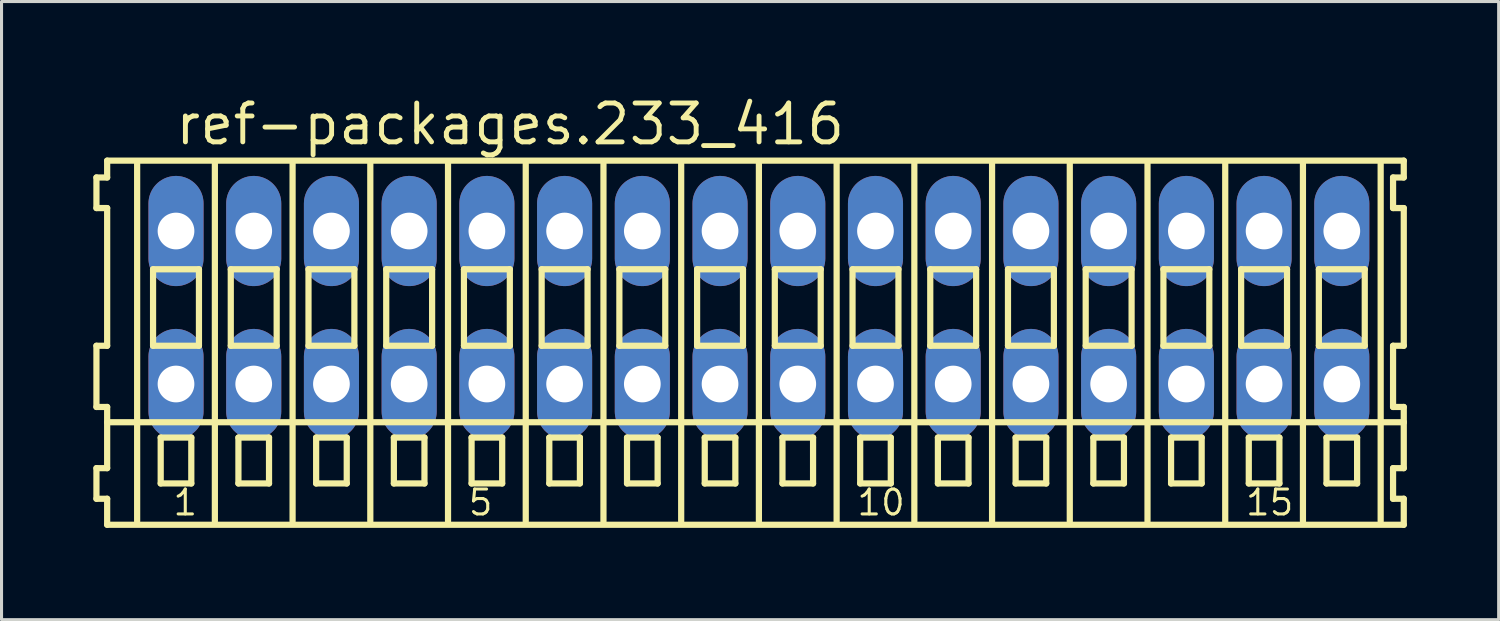
<source format=kicad_pcb>
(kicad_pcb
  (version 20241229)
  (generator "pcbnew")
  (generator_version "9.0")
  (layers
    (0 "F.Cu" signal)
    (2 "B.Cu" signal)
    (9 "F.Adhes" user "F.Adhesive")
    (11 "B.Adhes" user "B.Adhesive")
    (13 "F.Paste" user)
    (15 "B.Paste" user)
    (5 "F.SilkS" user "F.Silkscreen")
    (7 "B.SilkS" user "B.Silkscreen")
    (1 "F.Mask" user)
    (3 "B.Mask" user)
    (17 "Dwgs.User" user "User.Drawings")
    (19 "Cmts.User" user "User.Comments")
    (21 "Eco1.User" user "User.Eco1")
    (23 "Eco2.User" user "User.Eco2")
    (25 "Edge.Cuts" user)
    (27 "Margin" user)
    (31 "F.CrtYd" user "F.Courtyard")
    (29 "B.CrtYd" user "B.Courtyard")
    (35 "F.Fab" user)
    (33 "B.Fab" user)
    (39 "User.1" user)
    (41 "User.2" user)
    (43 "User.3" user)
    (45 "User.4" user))
  (footprint "ref-packages.233_416"
    (layer "F.Cu")
    (at 21.752 7)
    (property "Reference" "ref-packages.233_416" (at -19.15 -5.25 0) (layer "F.SilkS") (effects (font (size 1.27 1.27) (thickness 0.16)) (justify left bottom)))
    (attr through_hole)
    (fp_line (start -21.65 -4.25) (end -21.65 -3.25) (stroke (width 0.203) (type default)) (layer "F.SilkS"))
    (fp_line (start -21.65 -3.25) (end -21.3 -3.25) (stroke (width 0.203) (type default)) (layer "F.SilkS"))
    (fp_line (start -21.65 1.25) (end -21.65 3.25) (stroke (width 0.203) (type default)) (layer "F.SilkS"))
    (fp_line (start -21.65 3.25) (end -21.3 3.25) (stroke (width 0.203) (type default)) (layer "F.SilkS"))
    (fp_line (start -21.65 5.25) (end -21.65 6.25) (stroke (width 0.203) (type default)) (layer "F.SilkS"))
    (fp_line (start -21.65 6.25) (end -21.3 6.25) (stroke (width 0.203) (type default)) (layer "F.SilkS"))
    (fp_line (start -21.3 -4.8) (end -21.3 -4.25) (stroke (width 0.203) (type default)) (layer "F.SilkS"))
    (fp_line (start -21.3 -4.25) (end -21.65 -4.25) (stroke (width 0.203) (type default)) (layer "F.SilkS"))
    (fp_line (start -21.3 -3.25) (end -21.3 1.25) (stroke (width 0.203) (type default)) (layer "F.SilkS"))
    (fp_line (start -21.3 1.25) (end -21.65 1.25) (stroke (width 0.203) (type default)) (layer "F.SilkS"))
    (fp_line (start -21.3 3.25) (end -21.3 5.25) (stroke (width 0.203) (type default)) (layer "F.SilkS"))
    (fp_line (start -21.3 3.75) (end 21.075 3.75) (stroke (width 0.203) (type default)) (layer "F.SilkS"))
    (fp_line (start -21.3 5.25) (end -21.65 5.25) (stroke (width 0.203) (type default)) (layer "F.SilkS"))
    (fp_line (start -21.3 6.25) (end -21.3 7.1) (stroke (width 0.203) (type default)) (layer "F.SilkS"))
    (fp_line (start -21.3 7.1) (end 21.075 7.1) (stroke (width 0.203) (type default)) (layer "F.SilkS"))
    (fp_line (start -20.32 6.985) (end -20.32 -4.699) (stroke (width 0.203) (type default)) (layer "F.SilkS"))
    (fp_line (start -19.8 -1.25) (end -19.8 1.25) (stroke (width 0.203) (type default)) (layer "F.SilkS"))
    (fp_line (start -19.8 1.25) (end -18.3 1.25) (stroke (width 0.203) (type default)) (layer "F.SilkS"))
    (fp_line (start -19.55 4.25) (end -19.55 5.75) (stroke (width 0.203) (type default)) (layer "F.SilkS"))
    (fp_line (start -19.55 5.75) (end -18.55 5.75) (stroke (width 0.203) (type default)) (layer "F.SilkS"))
    (fp_line (start -18.55 4.25) (end -19.55 4.25) (stroke (width 0.203) (type default)) (layer "F.SilkS"))
    (fp_line (start -18.55 5.75) (end -18.55 4.25) (stroke (width 0.203) (type default)) (layer "F.SilkS"))
    (fp_line (start -18.3 -1.25) (end -19.8 -1.25) (stroke (width 0.203) (type default)) (layer "F.SilkS"))
    (fp_line (start -18.3 1.25) (end -18.3 -1.25) (stroke (width 0.203) (type default)) (layer "F.SilkS"))
    (fp_line (start -17.78 6.985) (end -17.78 -4.699) (stroke (width 0.203) (type default)) (layer "F.SilkS"))
    (fp_line (start -17.26 -1.25) (end -17.26 1.25) (stroke (width 0.203) (type default)) (layer "F.SilkS"))
    (fp_line (start -17.26 1.25) (end -15.76 1.25) (stroke (width 0.203) (type default)) (layer "F.SilkS"))
    (fp_line (start -17.01 4.25) (end -17.01 5.75) (stroke (width 0.203) (type default)) (layer "F.SilkS"))
    (fp_line (start -17.01 5.75) (end -16.01 5.75) (stroke (width 0.203) (type default)) (layer "F.SilkS"))
    (fp_line (start -16.01 4.25) (end -17.01 4.25) (stroke (width 0.203) (type default)) (layer "F.SilkS"))
    (fp_line (start -16.01 5.75) (end -16.01 4.25) (stroke (width 0.203) (type default)) (layer "F.SilkS"))
    (fp_line (start -15.76 -1.25) (end -17.26 -1.25) (stroke (width 0.203) (type default)) (layer "F.SilkS"))
    (fp_line (start -15.76 1.25) (end -15.76 -1.25) (stroke (width 0.203) (type default)) (layer "F.SilkS"))
    (fp_line (start -15.24 6.985) (end -15.24 -4.699) (stroke (width 0.203) (type default)) (layer "F.SilkS"))
    (fp_line (start -14.72 -1.25) (end -14.72 1.25) (stroke (width 0.203) (type default)) (layer "F.SilkS"))
    (fp_line (start -14.72 1.25) (end -13.22 1.25) (stroke (width 0.203) (type default)) (layer "F.SilkS"))
    (fp_line (start -14.47 4.25) (end -14.47 5.75) (stroke (width 0.203) (type default)) (layer "F.SilkS"))
    (fp_line (start -14.47 5.75) (end -13.47 5.75) (stroke (width 0.203) (type default)) (layer "F.SilkS"))
    (fp_line (start -13.47 4.25) (end -14.47 4.25) (stroke (width 0.203) (type default)) (layer "F.SilkS"))
    (fp_line (start -13.47 5.75) (end -13.47 4.25) (stroke (width 0.203) (type default)) (layer "F.SilkS"))
    (fp_line (start -13.22 -1.25) (end -14.72 -1.25) (stroke (width 0.203) (type default)) (layer "F.SilkS"))
    (fp_line (start -13.22 1.25) (end -13.22 -1.25) (stroke (width 0.203) (type default)) (layer "F.SilkS"))
    (fp_line (start -12.7 6.985) (end -12.7 -4.699) (stroke (width 0.203) (type default)) (layer "F.SilkS"))
    (fp_line (start -12.18 -1.25) (end -12.18 1.25) (stroke (width 0.203) (type default)) (layer "F.SilkS"))
    (fp_line (start -12.18 1.25) (end -10.68 1.25) (stroke (width 0.203) (type default)) (layer "F.SilkS"))
    (fp_line (start -11.93 4.25) (end -11.93 5.75) (stroke (width 0.203) (type default)) (layer "F.SilkS"))
    (fp_line (start -11.93 5.75) (end -10.93 5.75) (stroke (width 0.203) (type default)) (layer "F.SilkS"))
    (fp_line (start -10.93 4.25) (end -11.93 4.25) (stroke (width 0.203) (type default)) (layer "F.SilkS"))
    (fp_line (start -10.93 5.75) (end -10.93 4.25) (stroke (width 0.203) (type default)) (layer "F.SilkS"))
    (fp_line (start -10.68 -1.25) (end -12.18 -1.25) (stroke (width 0.203) (type default)) (layer "F.SilkS"))
    (fp_line (start -10.68 1.25) (end -10.68 -1.25) (stroke (width 0.203) (type default)) (layer "F.SilkS"))
    (fp_line (start -10.16 6.985) (end -10.16 -4.699) (stroke (width 0.203) (type default)) (layer "F.SilkS"))
    (fp_line (start -9.64 -1.25) (end -9.64 1.25) (stroke (width 0.203) (type default)) (layer "F.SilkS"))
    (fp_line (start -9.64 1.25) (end -8.14 1.25) (stroke (width 0.203) (type default)) (layer "F.SilkS"))
    (fp_line (start -9.39 4.25) (end -9.39 5.75) (stroke (width 0.203) (type default)) (layer "F.SilkS"))
    (fp_line (start -9.39 5.75) (end -8.39 5.75) (stroke (width 0.203) (type default)) (layer "F.SilkS"))
    (fp_line (start -8.39 4.25) (end -9.39 4.25) (stroke (width 0.203) (type default)) (layer "F.SilkS"))
    (fp_line (start -8.39 5.75) (end -8.39 4.25) (stroke (width 0.203) (type default)) (layer "F.SilkS"))
    (fp_line (start -8.14 -1.25) (end -9.64 -1.25) (stroke (width 0.203) (type default)) (layer "F.SilkS"))
    (fp_line (start -8.14 1.25) (end -8.14 -1.25) (stroke (width 0.203) (type default)) (layer "F.SilkS"))
    (fp_line (start -7.62 6.985) (end -7.62 -4.699) (stroke (width 0.203) (type default)) (layer "F.SilkS"))
    (fp_line (start -7.1 -1.25) (end -7.1 1.25) (stroke (width 0.203) (type default)) (layer "F.SilkS"))
    (fp_line (start -7.1 1.25) (end -5.6 1.25) (stroke (width 0.203) (type default)) (layer "F.SilkS"))
    (fp_line (start -6.85 4.25) (end -6.85 5.75) (stroke (width 0.203) (type default)) (layer "F.SilkS"))
    (fp_line (start -6.85 5.75) (end -5.85 5.75) (stroke (width 0.203) (type default)) (layer "F.SilkS"))
    (fp_line (start -5.85 4.25) (end -6.85 4.25) (stroke (width 0.203) (type default)) (layer "F.SilkS"))
    (fp_line (start -5.85 5.75) (end -5.85 4.25) (stroke (width 0.203) (type default)) (layer "F.SilkS"))
    (fp_line (start -5.6 -1.25) (end -7.1 -1.25) (stroke (width 0.203) (type default)) (layer "F.SilkS"))
    (fp_line (start -5.6 1.25) (end -5.6 -1.25) (stroke (width 0.203) (type default)) (layer "F.SilkS"))
    (fp_line (start -5.08 6.985) (end -5.08 -4.699) (stroke (width 0.203) (type default)) (layer "F.SilkS"))
    (fp_line (start -4.56 -1.25) (end -4.56 1.25) (stroke (width 0.203) (type default)) (layer "F.SilkS"))
    (fp_line (start -4.56 1.25) (end -3.06 1.25) (stroke (width 0.203) (type default)) (layer "F.SilkS"))
    (fp_line (start -4.31 4.25) (end -4.31 5.75) (stroke (width 0.203) (type default)) (layer "F.SilkS"))
    (fp_line (start -4.31 5.75) (end -3.31 5.75) (stroke (width 0.203) (type default)) (layer "F.SilkS"))
    (fp_line (start -3.31 4.25) (end -4.31 4.25) (stroke (width 0.203) (type default)) (layer "F.SilkS"))
    (fp_line (start -3.31 5.75) (end -3.31 4.25) (stroke (width 0.203) (type default)) (layer "F.SilkS"))
    (fp_line (start -3.06 -1.25) (end -4.56 -1.25) (stroke (width 0.203) (type default)) (layer "F.SilkS"))
    (fp_line (start -3.06 1.25) (end -3.06 -1.25) (stroke (width 0.203) (type default)) (layer "F.SilkS"))
    (fp_line (start -2.54 6.985) (end -2.54 -4.699) (stroke (width 0.203) (type default)) (layer "F.SilkS"))
    (fp_line (start -2.02 -1.25) (end -2.02 1.25) (stroke (width 0.203) (type default)) (layer "F.SilkS"))
    (fp_line (start -2.02 1.25) (end -0.52 1.25) (stroke (width 0.203) (type default)) (layer "F.SilkS"))
    (fp_line (start -1.77 4.25) (end -1.77 5.75) (stroke (width 0.203) (type default)) (layer "F.SilkS"))
    (fp_line (start -1.77 5.75) (end -0.77 5.75) (stroke (width 0.203) (type default)) (layer "F.SilkS"))
    (fp_line (start -0.77 4.25) (end -1.77 4.25) (stroke (width 0.203) (type default)) (layer "F.SilkS"))
    (fp_line (start -0.77 5.75) (end -0.77 4.25) (stroke (width 0.203) (type default)) (layer "F.SilkS"))
    (fp_line (start -0.52 -1.25) (end -2.02 -1.25) (stroke (width 0.203) (type default)) (layer "F.SilkS"))
    (fp_line (start -0.52 1.25) (end -0.52 -1.25) (stroke (width 0.203) (type default)) (layer "F.SilkS"))
    (fp_line (start 0 6.985) (end 0 -4.699) (stroke (width 0.203) (type default)) (layer "F.SilkS"))
    (fp_line (start 0.52 -1.25) (end 0.52 1.25) (stroke (width 0.203) (type default)) (layer "F.SilkS"))
    (fp_line (start 0.52 1.25) (end 2.02 1.25) (stroke (width 0.203) (type default)) (layer "F.SilkS"))
    (fp_line (start 0.77 4.25) (end 0.77 5.75) (stroke (width 0.203) (type default)) (layer "F.SilkS"))
    (fp_line (start 0.77 5.75) (end 1.77 5.75) (stroke (width 0.203) (type default)) (layer "F.SilkS"))
    (fp_line (start 1.77 4.25) (end 0.77 4.25) (stroke (width 0.203) (type default)) (layer "F.SilkS"))
    (fp_line (start 1.77 5.75) (end 1.77 4.25) (stroke (width 0.203) (type default)) (layer "F.SilkS"))
    (fp_line (start 2.02 -1.25) (end 0.52 -1.25) (stroke (width 0.203) (type default)) (layer "F.SilkS"))
    (fp_line (start 2.02 1.25) (end 2.02 -1.25) (stroke (width 0.203) (type default)) (layer "F.SilkS"))
    (fp_line (start 2.54 6.985) (end 2.54 -4.699) (stroke (width 0.203) (type default)) (layer "F.SilkS"))
    (fp_line (start 3.06 -1.25) (end 3.06 1.25) (stroke (width 0.203) (type default)) (layer "F.SilkS"))
    (fp_line (start 3.06 1.25) (end 4.56 1.25) (stroke (width 0.203) (type default)) (layer "F.SilkS"))
    (fp_line (start 3.31 4.25) (end 3.31 5.75) (stroke (width 0.203) (type default)) (layer "F.SilkS"))
    (fp_line (start 3.31 5.75) (end 4.31 5.75) (stroke (width 0.203) (type default)) (layer "F.SilkS"))
    (fp_line (start 4.31 4.25) (end 3.31 4.25) (stroke (width 0.203) (type default)) (layer "F.SilkS"))
    (fp_line (start 4.31 5.75) (end 4.31 4.25) (stroke (width 0.203) (type default)) (layer "F.SilkS"))
    (fp_line (start 4.56 -1.25) (end 3.06 -1.25) (stroke (width 0.203) (type default)) (layer "F.SilkS"))
    (fp_line (start 4.56 1.25) (end 4.56 -1.25) (stroke (width 0.203) (type default)) (layer "F.SilkS"))
    (fp_line (start 5.08 6.985) (end 5.08 -4.699) (stroke (width 0.203) (type default)) (layer "F.SilkS"))
    (fp_line (start 5.6 -1.25) (end 5.6 1.25) (stroke (width 0.203) (type default)) (layer "F.SilkS"))
    (fp_line (start 5.6 1.25) (end 7.1 1.25) (stroke (width 0.203) (type default)) (layer "F.SilkS"))
    (fp_line (start 5.85 4.25) (end 5.85 5.75) (stroke (width 0.203) (type default)) (layer "F.SilkS"))
    (fp_line (start 5.85 5.75) (end 6.85 5.75) (stroke (width 0.203) (type default)) (layer "F.SilkS"))
    (fp_line (start 6.85 4.25) (end 5.85 4.25) (stroke (width 0.203) (type default)) (layer "F.SilkS"))
    (fp_line (start 6.85 5.75) (end 6.85 4.25) (stroke (width 0.203) (type default)) (layer "F.SilkS"))
    (fp_line (start 7.1 -1.25) (end 5.6 -1.25) (stroke (width 0.203) (type default)) (layer "F.SilkS"))
    (fp_line (start 7.1 1.25) (end 7.1 -1.25) (stroke (width 0.203) (type default)) (layer "F.SilkS"))
    (fp_line (start 7.62 6.985) (end 7.62 -4.699) (stroke (width 0.203) (type default)) (layer "F.SilkS"))
    (fp_line (start 8.14 -1.25) (end 8.14 1.25) (stroke (width 0.203) (type default)) (layer "F.SilkS"))
    (fp_line (start 8.14 1.25) (end 9.64 1.25) (stroke (width 0.203) (type default)) (layer "F.SilkS"))
    (fp_line (start 8.39 4.25) (end 8.39 5.75) (stroke (width 0.203) (type default)) (layer "F.SilkS"))
    (fp_line (start 8.39 5.75) (end 9.39 5.75) (stroke (width 0.203) (type default)) (layer "F.SilkS"))
    (fp_line (start 9.39 4.25) (end 8.39 4.25) (stroke (width 0.203) (type default)) (layer "F.SilkS"))
    (fp_line (start 9.39 5.75) (end 9.39 4.25) (stroke (width 0.203) (type default)) (layer "F.SilkS"))
    (fp_line (start 9.64 -1.25) (end 8.14 -1.25) (stroke (width 0.203) (type default)) (layer "F.SilkS"))
    (fp_line (start 9.64 1.25) (end 9.64 -1.25) (stroke (width 0.203) (type default)) (layer "F.SilkS"))
    (fp_line (start 10.16 6.985) (end 10.16 -4.699) (stroke (width 0.203) (type default)) (layer "F.SilkS"))
    (fp_line (start 10.68 -1.25) (end 10.68 1.25) (stroke (width 0.203) (type default)) (layer "F.SilkS"))
    (fp_line (start 10.68 1.25) (end 12.18 1.25) (stroke (width 0.203) (type default)) (layer "F.SilkS"))
    (fp_line (start 10.93 4.25) (end 10.93 5.75) (stroke (width 0.203) (type default)) (layer "F.SilkS"))
    (fp_line (start 10.93 5.75) (end 11.93 5.75) (stroke (width 0.203) (type default)) (layer "F.SilkS"))
    (fp_line (start 11.93 4.25) (end 10.93 4.25) (stroke (width 0.203) (type default)) (layer "F.SilkS"))
    (fp_line (start 11.93 5.75) (end 11.93 4.25) (stroke (width 0.203) (type default)) (layer "F.SilkS"))
    (fp_line (start 12.18 -1.25) (end 10.68 -1.25) (stroke (width 0.203) (type default)) (layer "F.SilkS"))
    (fp_line (start 12.18 1.25) (end 12.18 -1.25) (stroke (width 0.203) (type default)) (layer "F.SilkS"))
    (fp_line (start 12.7 6.985) (end 12.7 -4.699) (stroke (width 0.203) (type default)) (layer "F.SilkS"))
    (fp_line (start 13.22 -1.25) (end 13.22 1.25) (stroke (width 0.203) (type default)) (layer "F.SilkS"))
    (fp_line (start 13.22 1.25) (end 14.72 1.25) (stroke (width 0.203) (type default)) (layer "F.SilkS"))
    (fp_line (start 13.47 4.25) (end 13.47 5.75) (stroke (width 0.203) (type default)) (layer "F.SilkS"))
    (fp_line (start 13.47 5.75) (end 14.47 5.75) (stroke (width 0.203) (type default)) (layer "F.SilkS"))
    (fp_line (start 14.47 4.25) (end 13.47 4.25) (stroke (width 0.203) (type default)) (layer "F.SilkS"))
    (fp_line (start 14.47 5.75) (end 14.47 4.25) (stroke (width 0.203) (type default)) (layer "F.SilkS"))
    (fp_line (start 14.72 -1.25) (end 13.22 -1.25) (stroke (width 0.203) (type default)) (layer "F.SilkS"))
    (fp_line (start 14.72 1.25) (end 14.72 -1.25) (stroke (width 0.203) (type default)) (layer "F.SilkS"))
    (fp_line (start 15.24 6.985) (end 15.24 -4.699) (stroke (width 0.203) (type default)) (layer "F.SilkS"))
    (fp_line (start 15.76 -1.25) (end 15.76 1.25) (stroke (width 0.203) (type default)) (layer "F.SilkS"))
    (fp_line (start 15.76 1.25) (end 17.26 1.25) (stroke (width 0.203) (type default)) (layer "F.SilkS"))
    (fp_line (start 16.01 4.25) (end 16.01 5.75) (stroke (width 0.203) (type default)) (layer "F.SilkS"))
    (fp_line (start 16.01 5.75) (end 17.01 5.75) (stroke (width 0.203) (type default)) (layer "F.SilkS"))
    (fp_line (start 17.01 4.25) (end 16.01 4.25) (stroke (width 0.203) (type default)) (layer "F.SilkS"))
    (fp_line (start 17.01 5.75) (end 17.01 4.25) (stroke (width 0.203) (type default)) (layer "F.SilkS"))
    (fp_line (start 17.26 -1.25) (end 15.76 -1.25) (stroke (width 0.203) (type default)) (layer "F.SilkS"))
    (fp_line (start 17.26 1.25) (end 17.26 -1.25) (stroke (width 0.203) (type default)) (layer "F.SilkS"))
    (fp_line (start 17.78 6.985) (end 17.78 -4.699) (stroke (width 0.203) (type default)) (layer "F.SilkS"))
    (fp_line (start 18.3 -1.25) (end 18.3 1.25) (stroke (width 0.203) (type default)) (layer "F.SilkS"))
    (fp_line (start 18.3 1.25) (end 19.8 1.25) (stroke (width 0.203) (type default)) (layer "F.SilkS"))
    (fp_line (start 18.55 4.25) (end 18.55 5.75) (stroke (width 0.203) (type default)) (layer "F.SilkS"))
    (fp_line (start 18.55 5.75) (end 19.55 5.75) (stroke (width 0.203) (type default)) (layer "F.SilkS"))
    (fp_line (start 19.55 4.25) (end 18.55 4.25) (stroke (width 0.203) (type default)) (layer "F.SilkS"))
    (fp_line (start 19.55 5.75) (end 19.55 4.25) (stroke (width 0.203) (type default)) (layer "F.SilkS"))
    (fp_line (start 19.8 -1.25) (end 18.3 -1.25) (stroke (width 0.203) (type default)) (layer "F.SilkS"))
    (fp_line (start 19.8 1.25) (end 19.8 -1.25) (stroke (width 0.203) (type default)) (layer "F.SilkS"))
    (fp_line (start 20.32 6.985) (end 20.32 -4.699) (stroke (width 0.203) (type default)) (layer "F.SilkS"))
    (fp_line (start 20.725 -4.25) (end 20.725 -3.25) (stroke (width 0.203) (type default)) (layer "F.SilkS"))
    (fp_line (start 20.725 -3.25) (end 21.075 -3.25) (stroke (width 0.203) (type default)) (layer "F.SilkS"))
    (fp_line (start 20.725 1.25) (end 20.725 3.25) (stroke (width 0.203) (type default)) (layer "F.SilkS"))
    (fp_line (start 20.725 3.25) (end 21.075 3.25) (stroke (width 0.203) (type default)) (layer "F.SilkS"))
    (fp_line (start 20.725 5.25) (end 20.725 6.25) (stroke (width 0.203) (type default)) (layer "F.SilkS"))
    (fp_line (start 20.725 6.25) (end 21.075 6.25) (stroke (width 0.203) (type default)) (layer "F.SilkS"))
    (fp_line (start 21.075 -4.8) (end -21.3 -4.8) (stroke (width 0.203) (type default)) (layer "F.SilkS"))
    (fp_line (start 21.075 -4.25) (end 20.725 -4.25) (stroke (width 0.203) (type default)) (layer "F.SilkS"))
    (fp_line (start 21.075 -4.25) (end 21.075 -4.8) (stroke (width 0.203) (type default)) (layer "F.SilkS"))
    (fp_line (start 21.075 1.25) (end 20.725 1.25) (stroke (width 0.203) (type default)) (layer "F.SilkS"))
    (fp_line (start 21.075 1.25) (end 21.075 -3.25) (stroke (width 0.203) (type default)) (layer "F.SilkS"))
    (fp_line (start 21.075 3.75) (end 21.075 3.25) (stroke (width 0.203) (type default)) (layer "F.SilkS"))
    (fp_line (start 21.075 5.25) (end 20.725 5.25) (stroke (width 0.203) (type default)) (layer "F.SilkS"))
    (fp_line (start 21.075 5.25) (end 21.075 3.75) (stroke (width 0.203) (type default)) (layer "F.SilkS"))
    (fp_line (start 21.075 7.1) (end 21.075 6.25) (stroke (width 0.203) (type default)) (layer "F.SilkS"))
    (fp_text user "5" (at -9.548 6.85 0) (layer "F.SilkS") (effects (font (size 0.813 0.813) (thickness 0.1)) (justify left bottom)))
    (fp_text user "1" (at -19.2 6.85 0) (layer "F.SilkS") (effects (font (size 0.813 0.813) (thickness 0.1)) (justify left bottom)))
    (fp_text user "15" (at 15.852 6.85 0) (layer "F.SilkS") (effects (font (size 0.813 0.813) (thickness 0.1)) (justify left bottom)))
    (fp_text user "10" (at 3.152 6.85 0) (layer "F.SilkS") (effects (font (size 0.813 0.813) (thickness 0.1)) (justify left bottom)))
    (pad "A1" thru_hole oval (at -19.05 -2.5 90) (size 3.6 1.8) (drill 1.2) (layers "*.Cu" "*.Mask"))
    (pad "A2" thru_hole oval (at -16.51 -2.5 90) (size 3.6 1.8) (drill 1.2) (layers "*.Cu" "*.Mask"))
    (pad "A3" thru_hole oval (at -13.97 -2.5 90) (size 3.6 1.8) (drill 1.2) (layers "*.Cu" "*.Mask"))
    (pad "A4" thru_hole oval (at -11.43 -2.5 90) (size 3.6 1.8) (drill 1.2) (layers "*.Cu" "*.Mask"))
    (pad "A5" thru_hole oval (at -8.89 -2.5 90) (size 3.6 1.8) (drill 1.2) (layers "*.Cu" "*.Mask"))
    (pad "A6" thru_hole oval (at -6.35 -2.5 90) (size 3.6 1.8) (drill 1.2) (layers "*.Cu" "*.Mask"))
    (pad "A7" thru_hole oval (at -3.81 -2.5 90) (size 3.6 1.8) (drill 1.2) (layers "*.Cu" "*.Mask"))
    (pad "A8" thru_hole oval (at -1.27 -2.5 90) (size 3.6 1.8) (drill 1.2) (layers "*.Cu" "*.Mask"))
    (pad "A9" thru_hole oval (at 1.27 -2.5 90) (size 3.6 1.8) (drill 1.2) (layers "*.Cu" "*.Mask"))
    (pad "A10" thru_hole oval (at 3.81 -2.5 90) (size 3.6 1.8) (drill 1.2) (layers "*.Cu" "*.Mask"))
    (pad "A11" thru_hole oval (at 6.35 -2.5 90) (size 3.6 1.8) (drill 1.2) (layers "*.Cu" "*.Mask"))
    (pad "A12" thru_hole oval (at 8.89 -2.5 90) (size 3.6 1.8) (drill 1.2) (layers "*.Cu" "*.Mask"))
    (pad "A13" thru_hole oval (at 11.43 -2.5 90) (size 3.6 1.8) (drill 1.2) (layers "*.Cu" "*.Mask"))
    (pad "A14" thru_hole oval (at 13.97 -2.5 90) (size 3.6 1.8) (drill 1.2) (layers "*.Cu" "*.Mask"))
    (pad "A15" thru_hole oval (at 16.51 -2.5 90) (size 3.6 1.8) (drill 1.2) (layers "*.Cu" "*.Mask"))
    (pad "A16" thru_hole oval (at 19.05 -2.5 90) (size 3.6 1.8) (drill 1.2) (layers "*.Cu" "*.Mask"))
    (pad "B1" thru_hole oval (at -19.05 2.5 90) (size 3.6 1.8) (drill 1.2) (layers "*.Cu" "*.Mask"))
    (pad "B2" thru_hole oval (at -16.51 2.5 90) (size 3.6 1.8) (drill 1.2) (layers "*.Cu" "*.Mask"))
    (pad "B3" thru_hole oval (at -13.97 2.5 90) (size 3.6 1.8) (drill 1.2) (layers "*.Cu" "*.Mask"))
    (pad "B4" thru_hole oval (at -11.43 2.5 90) (size 3.6 1.8) (drill 1.2) (layers "*.Cu" "*.Mask"))
    (pad "B5" thru_hole oval (at -8.89 2.5 90) (size 3.6 1.8) (drill 1.2) (layers "*.Cu" "*.Mask"))
    (pad "B6" thru_hole oval (at -6.35 2.5 90) (size 3.6 1.8) (drill 1.2) (layers "*.Cu" "*.Mask"))
    (pad "B7" thru_hole oval (at -3.81 2.5 90) (size 3.6 1.8) (drill 1.2) (layers "*.Cu" "*.Mask"))
    (pad "B8" thru_hole oval (at -1.27 2.5 90) (size 3.6 1.8) (drill 1.2) (layers "*.Cu" "*.Mask"))
    (pad "B9" thru_hole oval (at 1.27 2.5 90) (size 3.6 1.8) (drill 1.2) (layers "*.Cu" "*.Mask"))
    (pad "B10" thru_hole oval (at 3.81 2.5 90) (size 3.6 1.8) (drill 1.2) (layers "*.Cu" "*.Mask"))
    (pad "B11" thru_hole oval (at 6.35 2.5 90) (size 3.6 1.8) (drill 1.2) (layers "*.Cu" "*.Mask"))
    (pad "B12" thru_hole oval (at 8.89 2.5 90) (size 3.6 1.8) (drill 1.2) (layers "*.Cu" "*.Mask"))
    (pad "B13" thru_hole oval (at 11.43 2.5 90) (size 3.6 1.8) (drill 1.2) (layers "*.Cu" "*.Mask"))
    (pad "B14" thru_hole oval (at 13.97 2.5 90) (size 3.6 1.8) (drill 1.2) (layers "*.Cu" "*.Mask"))
    (pad "B15" thru_hole oval (at 16.51 2.5 90) (size 3.6 1.8) (drill 1.2) (layers "*.Cu" "*.Mask"))
    (pad "B16" thru_hole oval (at 19.05 2.5 90) (size 3.6 1.8) (drill 1.2) (layers "*.Cu" "*.Mask")))
  (gr_rect
    (start -3 -3)
    (end 45.928 17.202)
    (stroke (width 0.1) (type default))
    (fill no)
    (layer "Edge.Cuts")))
</source>
